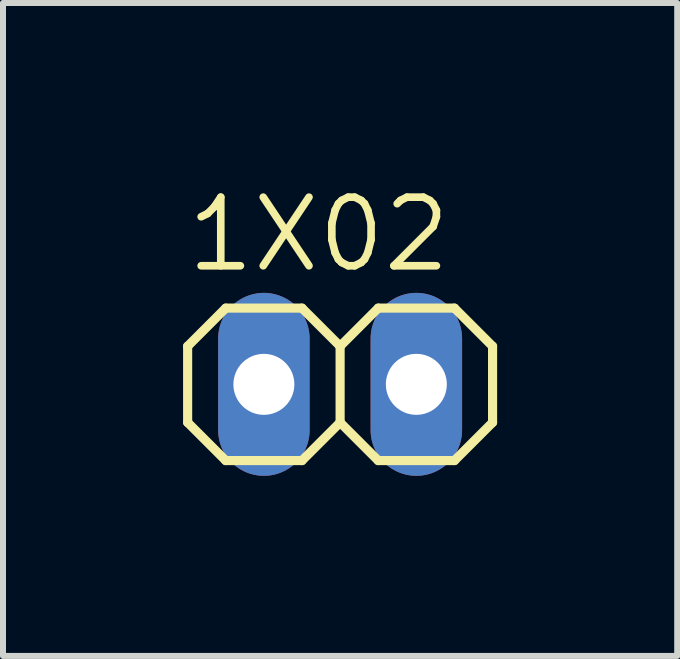
<source format=kicad_pcb>
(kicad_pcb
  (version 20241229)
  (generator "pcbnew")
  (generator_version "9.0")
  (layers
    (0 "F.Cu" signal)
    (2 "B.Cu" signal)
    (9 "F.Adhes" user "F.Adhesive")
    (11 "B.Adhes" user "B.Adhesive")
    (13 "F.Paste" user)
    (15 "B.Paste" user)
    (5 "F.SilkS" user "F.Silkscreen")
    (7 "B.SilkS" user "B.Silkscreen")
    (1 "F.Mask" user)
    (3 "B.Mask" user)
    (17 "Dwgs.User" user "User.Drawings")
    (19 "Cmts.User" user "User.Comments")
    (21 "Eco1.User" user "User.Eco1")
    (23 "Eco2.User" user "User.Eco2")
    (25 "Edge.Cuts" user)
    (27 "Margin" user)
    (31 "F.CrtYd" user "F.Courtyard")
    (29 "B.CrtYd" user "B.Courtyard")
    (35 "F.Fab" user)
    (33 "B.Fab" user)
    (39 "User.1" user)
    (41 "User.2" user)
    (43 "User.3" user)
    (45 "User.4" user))
  (footprint "1X02"
    (layer "F.Cu")
    (at 2.616 3.353)
    (property "Reference" "1X02" (at -2.616 -1.829 0) (layer "F.SilkS") (effects (font (size 1.143 1.143) (thickness 0.127)) (justify left bottom)))
    (fp_line (start -2.54 -0.635) (end -2.54 0.635) (stroke (width 0.152) (type solid)) (layer "F.SilkS"))
    (fp_line (start -2.54 0.635) (end -1.905 1.27) (stroke (width 0.152) (type solid)) (layer "F.SilkS"))
    (fp_line (start -1.905 -1.27) (end -2.54 -0.635) (stroke (width 0.152) (type solid)) (layer "F.SilkS"))
    (fp_line (start -1.905 -1.27) (end -0.635 -1.27) (stroke (width 0.152) (type solid)) (layer "F.SilkS"))
    (fp_line (start -0.635 -1.27) (end 0 -0.635) (stroke (width 0.152) (type solid)) (layer "F.SilkS"))
    (fp_line (start -0.635 1.27) (end -1.905 1.27) (stroke (width 0.152) (type solid)) (layer "F.SilkS"))
    (fp_line (start 0 -0.635) (end 0 0.635) (stroke (width 0.152) (type solid)) (layer "F.SilkS"))
    (fp_line (start 0 -0.635) (end 0.635 -1.27) (stroke (width 0.152) (type solid)) (layer "F.SilkS"))
    (fp_line (start 0 0.635) (end -0.635 1.27) (stroke (width 0.152) (type solid)) (layer "F.SilkS"))
    (fp_line (start 0.635 -1.27) (end 1.905 -1.27) (stroke (width 0.152) (type solid)) (layer "F.SilkS"))
    (fp_line (start 0.635 1.27) (end 0 0.635) (stroke (width 0.152) (type solid)) (layer "F.SilkS"))
    (fp_line (start 1.905 -1.27) (end 2.54 -0.635) (stroke (width 0.152) (type solid)) (layer "F.SilkS"))
    (fp_line (start 1.905 1.27) (end 0.635 1.27) (stroke (width 0.152) (type solid)) (layer "F.SilkS"))
    (fp_line (start 2.54 -0.635) (end 2.54 0.635) (stroke (width 0.152) (type solid)) (layer "F.SilkS"))
    (fp_line (start 2.54 0.635) (end 1.905 1.27) (stroke (width 0.152) (type solid)) (layer "F.SilkS"))
    (fp_poly (pts (xy -1.524 0.254) (xy -1.016 0.254) (xy -1.016 -0.254) (xy -1.524 -0.254)) (stroke (width 0.1) (type solid)) (fill no) (layer "F.Fab"))
    (fp_poly (pts (xy 1.016 0.254) (xy 1.524 0.254) (xy 1.524 -0.254) (xy 1.016 -0.254)) (stroke (width 0.1) (type solid)) (fill no) (layer "F.Fab"))
    (pad "1" thru_hole oval (at -1.27 0 90) (size 3.048 1.524) (drill 1.016) (layers "*.Cu" "*.Mask"))
    (pad "2" thru_hole oval (at 1.27 0 90) (size 3.048 1.524) (drill 1.016) (layers "*.Cu" "*.Mask")))
  (gr_rect
    (start -3 -3)
    (end 8.232 7.877)
    (stroke (width 0.1) (type default))
    (fill no)
    (layer "Edge.Cuts")))
</source>
